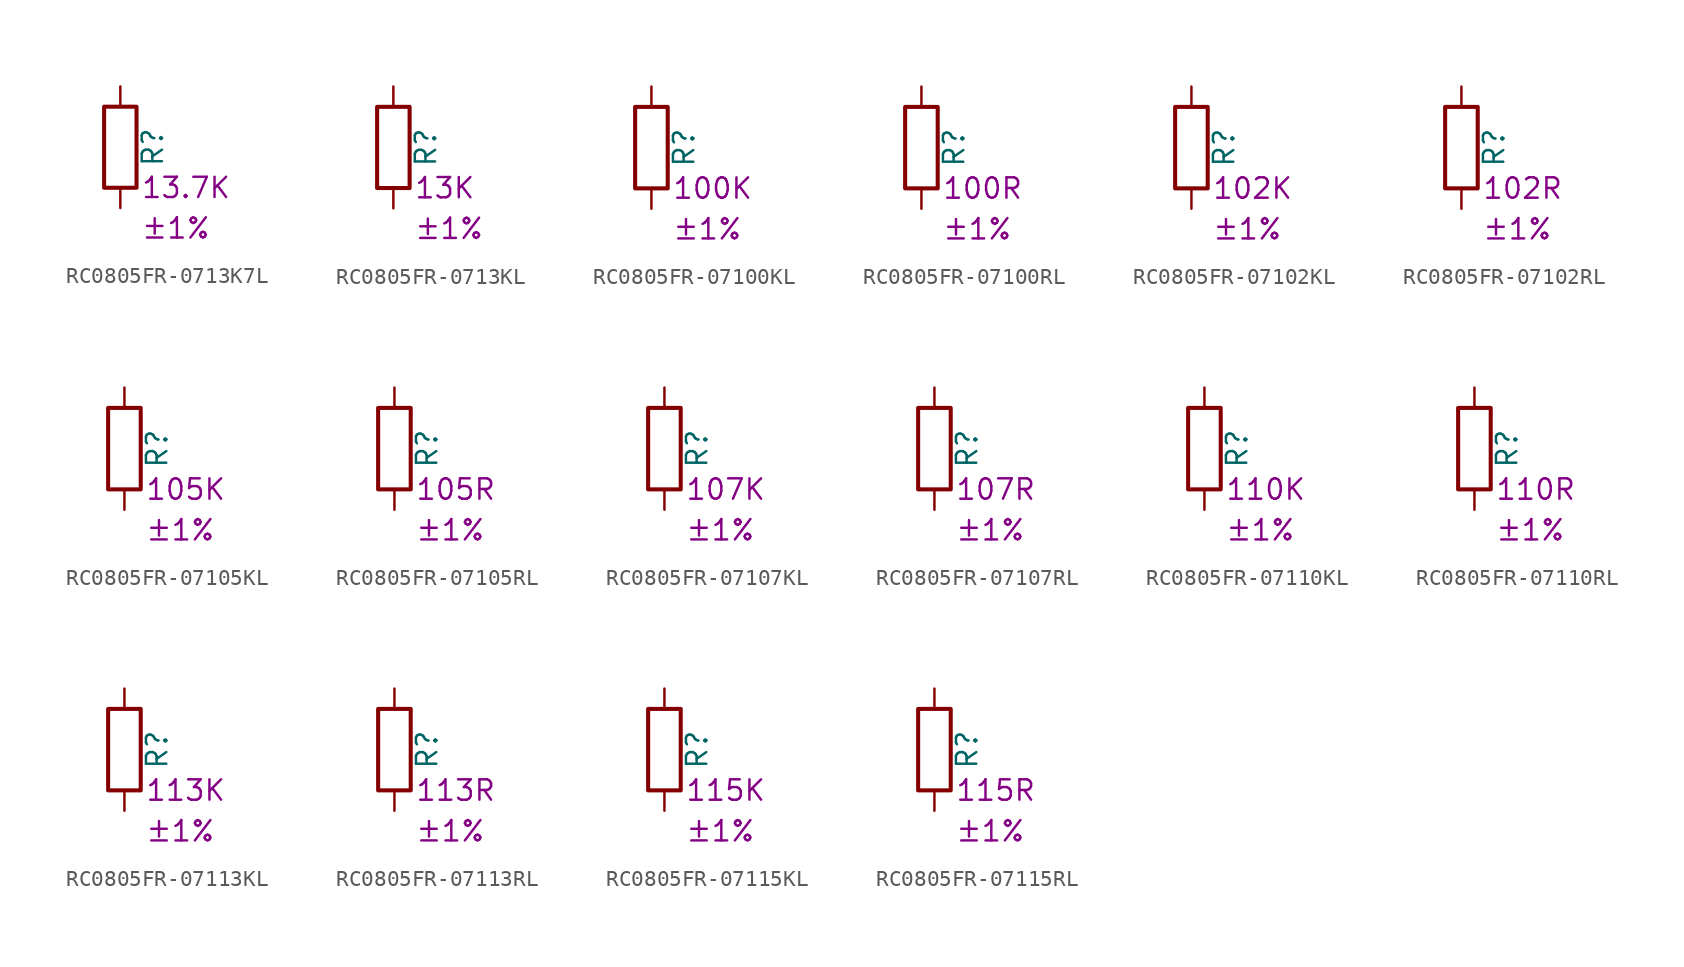
<source format=kicad_sym>
(kicad_symbol_lib
  (version 20220914)
  (generator kicad_symbol_editor)
  (symbol "RC0805FR-0713K7L"
    (pin_numbers hide)
    (pin_names
      (offset 0))
    (property "Reference" "R"
      (at 2.032 0 90)
      (effects (font (size 1.27 1.27))))
    (property "Resistance" "13.7K"
      (at 1.27 -2.54 0)
      (effects (font (size 1.27 1.27)) (justify left)))
    (property "Tolerance" "±1%"
      (at 1.27 -5.08 0)
      (effects (font (size 1.27 1.27)) (justify left)))
    (symbol "RC0805FR-0713K7L_0_1"
      (rectangle (start -1.016 -2.54) (end 1.016 2.54) (stroke (width 0.254) (type default)) (fill (type none))))
    (symbol "RC0805FR-0713K7L_1_1"
      (pin passive line (at 0 3.81 270) (length 1.27) (name "~" (effects (font (size 1.27 1.27)))) (number "1" (effects (font (size 1.27 1.27)))))
      (pin passive line (at 0 -3.81 90) (length 1.27) (name "~" (effects (font (size 1.27 1.27)))) (number "2" (effects (font (size 1.27 1.27)))))))
  (symbol "RC0805FR-0713KL"
    (pin_numbers hide)
    (pin_names
      (offset 0))
    (property "Reference" "R"
      (at 2.032 0 90)
      (effects (font (size 1.27 1.27))))
    (property "Resistance" "13K"
      (at 1.27 -2.54 0)
      (effects (font (size 1.27 1.27)) (justify left)))
    (property "Tolerance" "±1%"
      (at 1.27 -5.08 0)
      (effects (font (size 1.27 1.27)) (justify left)))
    (symbol "RC0805FR-0713KL_0_1"
      (rectangle (start -1.016 -2.54) (end 1.016 2.54) (stroke (width 0.254) (type default)) (fill (type none))))
    (symbol "RC0805FR-0713KL_1_1"
      (pin passive line (at 0 3.81 270) (length 1.27) (name "~" (effects (font (size 1.27 1.27)))) (number "1" (effects (font (size 1.27 1.27)))))
      (pin passive line (at 0 -3.81 90) (length 1.27) (name "~" (effects (font (size 1.27 1.27)))) (number "2" (effects (font (size 1.27 1.27)))))))
  (symbol "RC0805FR-07100KL"
    (pin_numbers hide)
    (pin_names
      (offset 0))
    (property "Reference" "R"
      (at 2.032 0 90)
      (effects (font (size 1.27 1.27))))
    (property "Resistance" "100K"
      (at 1.27 -2.54 0)
      (effects (font (size 1.27 1.27)) (justify left)))
    (property "Tolerance" "±1%"
      (at 1.27 -5.08 0)
      (effects (font (size 1.27 1.27)) (justify left)))
    (symbol "RC0805FR-07100KL_0_1"
      (rectangle (start -1.016 -2.54) (end 1.016 2.54) (stroke (width 0.254) (type default)) (fill (type none))))
    (symbol "RC0805FR-07100KL_1_1"
      (pin passive line (at 0 3.81 270) (length 1.27) (name "~" (effects (font (size 1.27 1.27)))) (number "1" (effects (font (size 1.27 1.27)))))
      (pin passive line (at 0 -3.81 90) (length 1.27) (name "~" (effects (font (size 1.27 1.27)))) (number "2" (effects (font (size 1.27 1.27)))))))
  (symbol "RC0805FR-07100RL"
    (pin_numbers hide)
    (pin_names
      (offset 0))
    (property "Reference" "R"
      (at 2.032 0 90)
      (effects (font (size 1.27 1.27))))
    (property "Resistance" "100R"
      (at 1.27 -2.54 0)
      (effects (font (size 1.27 1.27)) (justify left)))
    (property "Tolerance" "±1%"
      (at 1.27 -5.08 0)
      (effects (font (size 1.27 1.27)) (justify left)))
    (symbol "RC0805FR-07100RL_0_1"
      (rectangle (start -1.016 -2.54) (end 1.016 2.54) (stroke (width 0.254) (type default)) (fill (type none))))
    (symbol "RC0805FR-07100RL_1_1"
      (pin passive line (at 0 3.81 270) (length 1.27) (name "~" (effects (font (size 1.27 1.27)))) (number "1" (effects (font (size 1.27 1.27)))))
      (pin passive line (at 0 -3.81 90) (length 1.27) (name "~" (effects (font (size 1.27 1.27)))) (number "2" (effects (font (size 1.27 1.27)))))))
  (symbol "RC0805FR-07102KL"
    (pin_numbers hide)
    (pin_names
      (offset 0))
    (property "Reference" "R"
      (at 2.032 0 90)
      (effects (font (size 1.27 1.27))))
    (property "Resistance" "102K"
      (at 1.27 -2.54 0)
      (effects (font (size 1.27 1.27)) (justify left)))
    (property "Tolerance" "±1%"
      (at 1.27 -5.08 0)
      (effects (font (size 1.27 1.27)) (justify left)))
    (symbol "RC0805FR-07102KL_0_1"
      (rectangle (start -1.016 -2.54) (end 1.016 2.54) (stroke (width 0.254) (type default)) (fill (type none))))
    (symbol "RC0805FR-07102KL_1_1"
      (pin passive line (at 0 3.81 270) (length 1.27) (name "~" (effects (font (size 1.27 1.27)))) (number "1" (effects (font (size 1.27 1.27)))))
      (pin passive line (at 0 -3.81 90) (length 1.27) (name "~" (effects (font (size 1.27 1.27)))) (number "2" (effects (font (size 1.27 1.27)))))))
  (symbol "RC0805FR-07102RL"
    (pin_numbers hide)
    (pin_names
      (offset 0))
    (property "Reference" "R"
      (at 2.032 0 90)
      (effects (font (size 1.27 1.27))))
    (property "Resistance" "102R"
      (at 1.27 -2.54 0)
      (effects (font (size 1.27 1.27)) (justify left)))
    (property "Tolerance" "±1%"
      (at 1.27 -5.08 0)
      (effects (font (size 1.27 1.27)) (justify left)))
    (symbol "RC0805FR-07102RL_0_1"
      (rectangle (start -1.016 -2.54) (end 1.016 2.54) (stroke (width 0.254) (type default)) (fill (type none))))
    (symbol "RC0805FR-07102RL_1_1"
      (pin passive line (at 0 3.81 270) (length 1.27) (name "~" (effects (font (size 1.27 1.27)))) (number "1" (effects (font (size 1.27 1.27)))))
      (pin passive line (at 0 -3.81 90) (length 1.27) (name "~" (effects (font (size 1.27 1.27)))) (number "2" (effects (font (size 1.27 1.27)))))))
  (symbol "RC0805FR-07105KL"
    (pin_numbers hide)
    (pin_names
      (offset 0))
    (property "Reference" "R"
      (at 2.032 0 90)
      (effects (font (size 1.27 1.27))))
    (property "Resistance" "105K"
      (at 1.27 -2.54 0)
      (effects (font (size 1.27 1.27)) (justify left)))
    (property "Tolerance" "±1%"
      (at 1.27 -5.08 0)
      (effects (font (size 1.27 1.27)) (justify left)))
    (symbol "RC0805FR-07105KL_0_1"
      (rectangle (start -1.016 -2.54) (end 1.016 2.54) (stroke (width 0.254) (type default)) (fill (type none))))
    (symbol "RC0805FR-07105KL_1_1"
      (pin passive line (at 0 3.81 270) (length 1.27) (name "~" (effects (font (size 1.27 1.27)))) (number "1" (effects (font (size 1.27 1.27)))))
      (pin passive line (at 0 -3.81 90) (length 1.27) (name "~" (effects (font (size 1.27 1.27)))) (number "2" (effects (font (size 1.27 1.27)))))))
  (symbol "RC0805FR-07105RL"
    (pin_numbers hide)
    (pin_names
      (offset 0))
    (property "Reference" "R"
      (at 2.032 0 90)
      (effects (font (size 1.27 1.27))))
    (property "Resistance" "105R"
      (at 1.27 -2.54 0)
      (effects (font (size 1.27 1.27)) (justify left)))
    (property "Tolerance" "±1%"
      (at 1.27 -5.08 0)
      (effects (font (size 1.27 1.27)) (justify left)))
    (symbol "RC0805FR-07105RL_0_1"
      (rectangle (start -1.016 -2.54) (end 1.016 2.54) (stroke (width 0.254) (type default)) (fill (type none))))
    (symbol "RC0805FR-07105RL_1_1"
      (pin passive line (at 0 3.81 270) (length 1.27) (name "~" (effects (font (size 1.27 1.27)))) (number "1" (effects (font (size 1.27 1.27)))))
      (pin passive line (at 0 -3.81 90) (length 1.27) (name "~" (effects (font (size 1.27 1.27)))) (number "2" (effects (font (size 1.27 1.27)))))))
  (symbol "RC0805FR-07107KL"
    (pin_numbers hide)
    (pin_names
      (offset 0))
    (property "Reference" "R"
      (at 2.032 0 90)
      (effects (font (size 1.27 1.27))))
    (property "Resistance" "107K"
      (at 1.27 -2.54 0)
      (effects (font (size 1.27 1.27)) (justify left)))
    (property "Tolerance" "±1%"
      (at 1.27 -5.08 0)
      (effects (font (size 1.27 1.27)) (justify left)))
    (symbol "RC0805FR-07107KL_0_1"
      (rectangle (start -1.016 -2.54) (end 1.016 2.54) (stroke (width 0.254) (type default)) (fill (type none))))
    (symbol "RC0805FR-07107KL_1_1"
      (pin passive line (at 0 3.81 270) (length 1.27) (name "~" (effects (font (size 1.27 1.27)))) (number "1" (effects (font (size 1.27 1.27)))))
      (pin passive line (at 0 -3.81 90) (length 1.27) (name "~" (effects (font (size 1.27 1.27)))) (number "2" (effects (font (size 1.27 1.27)))))))
  (symbol "RC0805FR-07107RL"
    (pin_numbers hide)
    (pin_names
      (offset 0))
    (property "Reference" "R"
      (at 2.032 0 90)
      (effects (font (size 1.27 1.27))))
    (property "Resistance" "107R"
      (at 1.27 -2.54 0)
      (effects (font (size 1.27 1.27)) (justify left)))
    (property "Tolerance" "±1%"
      (at 1.27 -5.08 0)
      (effects (font (size 1.27 1.27)) (justify left)))
    (symbol "RC0805FR-07107RL_0_1"
      (rectangle (start -1.016 -2.54) (end 1.016 2.54) (stroke (width 0.254) (type default)) (fill (type none))))
    (symbol "RC0805FR-07107RL_1_1"
      (pin passive line (at 0 3.81 270) (length 1.27) (name "~" (effects (font (size 1.27 1.27)))) (number "1" (effects (font (size 1.27 1.27)))))
      (pin passive line (at 0 -3.81 90) (length 1.27) (name "~" (effects (font (size 1.27 1.27)))) (number "2" (effects (font (size 1.27 1.27)))))))
  (symbol "RC0805FR-07110KL"
    (pin_numbers hide)
    (pin_names
      (offset 0))
    (property "Reference" "R"
      (at 2.032 0 90)
      (effects (font (size 1.27 1.27))))
    (property "Resistance" "110K"
      (at 1.27 -2.54 0)
      (effects (font (size 1.27 1.27)) (justify left)))
    (property "Tolerance" "±1%"
      (at 1.27 -5.08 0)
      (effects (font (size 1.27 1.27)) (justify left)))
    (symbol "RC0805FR-07110KL_0_1"
      (rectangle (start -1.016 -2.54) (end 1.016 2.54) (stroke (width 0.254) (type default)) (fill (type none))))
    (symbol "RC0805FR-07110KL_1_1"
      (pin passive line (at 0 3.81 270) (length 1.27) (name "~" (effects (font (size 1.27 1.27)))) (number "1" (effects (font (size 1.27 1.27)))))
      (pin passive line (at 0 -3.81 90) (length 1.27) (name "~" (effects (font (size 1.27 1.27)))) (number "2" (effects (font (size 1.27 1.27)))))))
  (symbol "RC0805FR-07110RL"
    (pin_numbers hide)
    (pin_names
      (offset 0))
    (property "Reference" "R"
      (at 2.032 0 90)
      (effects (font (size 1.27 1.27))))
    (property "Resistance" "110R"
      (at 1.27 -2.54 0)
      (effects (font (size 1.27 1.27)) (justify left)))
    (property "Tolerance" "±1%"
      (at 1.27 -5.08 0)
      (effects (font (size 1.27 1.27)) (justify left)))
    (symbol "RC0805FR-07110RL_0_1"
      (rectangle (start -1.016 -2.54) (end 1.016 2.54) (stroke (width 0.254) (type default)) (fill (type none))))
    (symbol "RC0805FR-07110RL_1_1"
      (pin passive line (at 0 3.81 270) (length 1.27) (name "~" (effects (font (size 1.27 1.27)))) (number "1" (effects (font (size 1.27 1.27)))))
      (pin passive line (at 0 -3.81 90) (length 1.27) (name "~" (effects (font (size 1.27 1.27)))) (number "2" (effects (font (size 1.27 1.27)))))))
  (symbol "RC0805FR-07113KL"
    (pin_numbers hide)
    (pin_names
      (offset 0))
    (property "Reference" "R"
      (at 2.032 0 90)
      (effects (font (size 1.27 1.27))))
    (property "Resistance" "113K"
      (at 1.27 -2.54 0)
      (effects (font (size 1.27 1.27)) (justify left)))
    (property "Tolerance" "±1%"
      (at 1.27 -5.08 0)
      (effects (font (size 1.27 1.27)) (justify left)))
    (symbol "RC0805FR-07113KL_0_1"
      (rectangle (start -1.016 -2.54) (end 1.016 2.54) (stroke (width 0.254) (type default)) (fill (type none))))
    (symbol "RC0805FR-07113KL_1_1"
      (pin passive line (at 0 3.81 270) (length 1.27) (name "~" (effects (font (size 1.27 1.27)))) (number "1" (effects (font (size 1.27 1.27)))))
      (pin passive line (at 0 -3.81 90) (length 1.27) (name "~" (effects (font (size 1.27 1.27)))) (number "2" (effects (font (size 1.27 1.27)))))))
  (symbol "RC0805FR-07113RL"
    (pin_numbers hide)
    (pin_names
      (offset 0))
    (property "Reference" "R"
      (at 2.032 0 90)
      (effects (font (size 1.27 1.27))))
    (property "Resistance" "113R"
      (at 1.27 -2.54 0)
      (effects (font (size 1.27 1.27)) (justify left)))
    (property "Tolerance" "±1%"
      (at 1.27 -5.08 0)
      (effects (font (size 1.27 1.27)) (justify left)))
    (symbol "RC0805FR-07113RL_0_1"
      (rectangle (start -1.016 -2.54) (end 1.016 2.54) (stroke (width 0.254) (type default)) (fill (type none))))
    (symbol "RC0805FR-07113RL_1_1"
      (pin passive line (at 0 3.81 270) (length 1.27) (name "~" (effects (font (size 1.27 1.27)))) (number "1" (effects (font (size 1.27 1.27)))))
      (pin passive line (at 0 -3.81 90) (length 1.27) (name "~" (effects (font (size 1.27 1.27)))) (number "2" (effects (font (size 1.27 1.27)))))))
  (symbol "RC0805FR-07115KL"
    (pin_numbers hide)
    (pin_names
      (offset 0))
    (property "Reference" "R"
      (at 2.032 0 90)
      (effects (font (size 1.27 1.27))))
    (property "Resistance" "115K"
      (at 1.27 -2.54 0)
      (effects (font (size 1.27 1.27)) (justify left)))
    (property "Tolerance" "±1%"
      (at 1.27 -5.08 0)
      (effects (font (size 1.27 1.27)) (justify left)))
    (symbol "RC0805FR-07115KL_0_1"
      (rectangle (start -1.016 -2.54) (end 1.016 2.54) (stroke (width 0.254) (type default)) (fill (type none))))
    (symbol "RC0805FR-07115KL_1_1"
      (pin passive line (at 0 3.81 270) (length 1.27) (name "~" (effects (font (size 1.27 1.27)))) (number "1" (effects (font (size 1.27 1.27)))))
      (pin passive line (at 0 -3.81 90) (length 1.27) (name "~" (effects (font (size 1.27 1.27)))) (number "2" (effects (font (size 1.27 1.27)))))))
  (symbol "RC0805FR-07115RL"
    (pin_numbers hide)
    (pin_names
      (offset 0))
    (property "Reference" "R"
      (at 2.032 0 90)
      (effects (font (size 1.27 1.27))))
    (property "Resistance" "115R"
      (at 1.27 -2.54 0)
      (effects (font (size 1.27 1.27)) (justify left)))
    (property "Tolerance" "±1%"
      (at 1.27 -5.08 0)
      (effects (font (size 1.27 1.27)) (justify left)))
    (symbol "RC0805FR-07115RL_0_1"
      (rectangle (start -1.016 -2.54) (end 1.016 2.54) (stroke (width 0.254) (type default)) (fill (type none))))
    (symbol "RC0805FR-07115RL_1_1"
      (pin passive line (at 0 3.81 270) (length 1.27) (name "~" (effects (font (size 1.27 1.27)))) (number "1" (effects (font (size 1.27 1.27)))))
      (pin passive line (at 0 -3.81 90) (length 1.27) (name "~" (effects (font (size 1.27 1.27)))) (number "2" (effects (font (size 1.27 1.27))))))))
</source>
